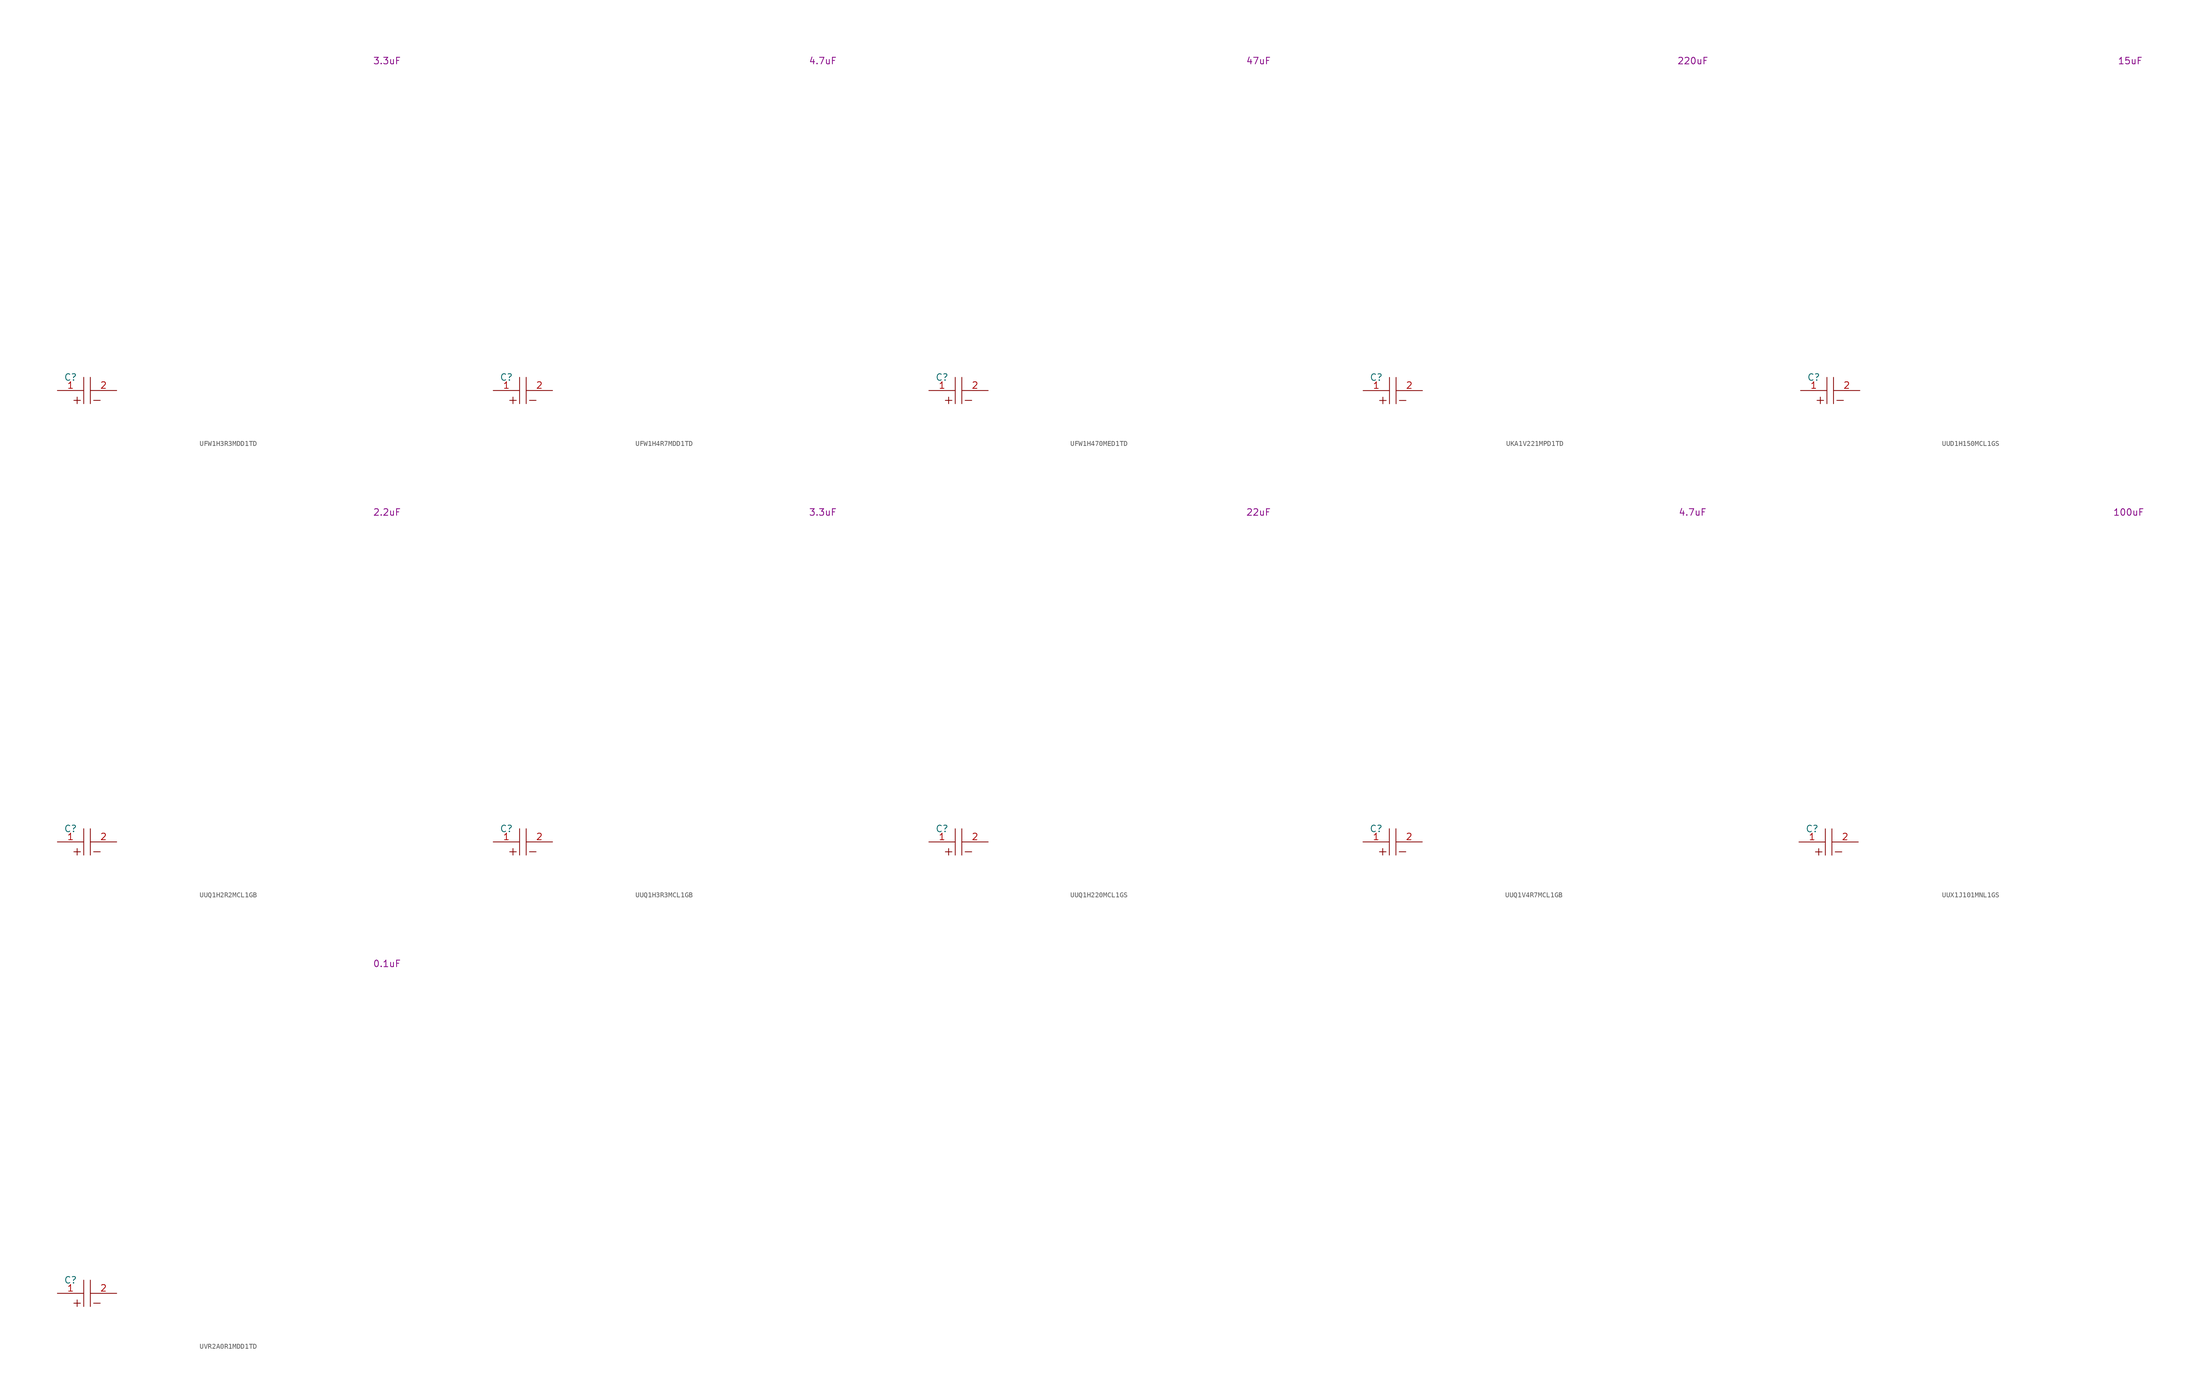
<source format=kicad_sym>
(kicad_symbol_lib
  (version 20241209)
  (generator "kicad_symbol_editor")
  (generator_version "9.0")
  (symbol "UFW1H3R3MDD1TD"
    (pin_names
      (offset 1.016))
    (property "Reference" "C"
      (at -2.54 2.54 0)
      (effects (font (size 1.27 1.27))))
    (property "_Value_" "3.3uF"
      (at 58.42 63.5 0)
      (effects (font (size 1.27 1.27))))
    (symbol "UFW1H3R3MDD1TD_0_1"
      (polyline (pts (xy -1.27 -1.27) (xy -1.27 -2.54)) (stroke (width 0) (type solid)) (fill (type none)))
      (polyline (pts (xy -0.635 -1.905) (xy -1.905 -1.905)) (stroke (width 0) (type solid)) (fill (type none)))
      (polyline (pts (xy 1.905 -1.905) (xy 3.175 -1.905)) (stroke (width 0) (type solid)) (fill (type none))))
    (symbol "UFW1H3R3MDD1TD_1_1"
      (polyline (pts (xy 0 2.54) (xy 0 -2.54)) (stroke (width 0) (type solid)) (fill (type none)))
      (polyline (pts (xy 1.27 2.54) (xy 1.27 -2.54)) (stroke (width 0) (type solid)) (fill (type none)))
      (pin input line (at -5.08 0 0) (length 5.08) (name "~" (effects (font (size 1.27 1.27)))) (number "1" (effects (font (size 1.27 1.27)))))
      (pin input line (at 6.35 0 180) (length 5.08) (name "~" (effects (font (size 1.27 1.27)))) (number "2" (effects (font (size 1.27 1.27)))))))
  (symbol "UFW1H4R7MDD1TD"
    (pin_names
      (offset 1.016))
    (property "Reference" "C"
      (at -2.54 2.54 0)
      (effects (font (size 1.27 1.27))))
    (property "_Value_" "4.7uF"
      (at 58.42 63.5 0)
      (effects (font (size 1.27 1.27))))
    (symbol "UFW1H4R7MDD1TD_0_1"
      (polyline (pts (xy -1.27 -1.27) (xy -1.27 -2.54)) (stroke (width 0) (type solid)) (fill (type none)))
      (polyline (pts (xy -0.635 -1.905) (xy -1.905 -1.905)) (stroke (width 0) (type solid)) (fill (type none)))
      (polyline (pts (xy 1.905 -1.905) (xy 3.175 -1.905)) (stroke (width 0) (type solid)) (fill (type none))))
    (symbol "UFW1H4R7MDD1TD_1_1"
      (polyline (pts (xy 0 2.54) (xy 0 -2.54)) (stroke (width 0) (type solid)) (fill (type none)))
      (polyline (pts (xy 1.27 2.54) (xy 1.27 -2.54)) (stroke (width 0) (type solid)) (fill (type none)))
      (pin input line (at -5.08 0 0) (length 5.08) (name "~" (effects (font (size 1.27 1.27)))) (number "1" (effects (font (size 1.27 1.27)))))
      (pin input line (at 6.35 0 180) (length 5.08) (name "~" (effects (font (size 1.27 1.27)))) (number "2" (effects (font (size 1.27 1.27)))))))
  (symbol "UFW1H470MED1TD"
    (pin_names
      (offset 1.016))
    (property "Reference" "C"
      (at -2.54 2.54 0)
      (effects (font (size 1.27 1.27))))
    (property "_Value_" "47uF"
      (at 58.42 63.5 0)
      (effects (font (size 1.27 1.27))))
    (symbol "UFW1H470MED1TD_0_1"
      (polyline (pts (xy -1.27 -1.27) (xy -1.27 -2.54)) (stroke (width 0) (type solid)) (fill (type none)))
      (polyline (pts (xy -0.635 -1.905) (xy -1.905 -1.905)) (stroke (width 0) (type solid)) (fill (type none)))
      (polyline (pts (xy 1.905 -1.905) (xy 3.175 -1.905)) (stroke (width 0) (type solid)) (fill (type none))))
    (symbol "UFW1H470MED1TD_1_1"
      (polyline (pts (xy 0 2.54) (xy 0 -2.54)) (stroke (width 0) (type solid)) (fill (type none)))
      (polyline (pts (xy 1.27 2.54) (xy 1.27 -2.54)) (stroke (width 0) (type solid)) (fill (type none)))
      (pin input line (at -5.08 0 0) (length 5.08) (name "~" (effects (font (size 1.27 1.27)))) (number "1" (effects (font (size 1.27 1.27)))))
      (pin input line (at 6.35 0 180) (length 5.08) (name "~" (effects (font (size 1.27 1.27)))) (number "2" (effects (font (size 1.27 1.27)))))))
  (symbol "UKA1V221MPD1TD"
    (pin_names
      (offset 1.016))
    (property "Reference" "C"
      (at -2.54 2.54 0)
      (effects (font (size 1.27 1.27))))
    (property "_Value_" "220uF"
      (at 58.42 63.5 0)
      (effects (font (size 1.27 1.27))))
    (symbol "UKA1V221MPD1TD_0_1"
      (polyline (pts (xy -1.27 -1.27) (xy -1.27 -2.54)) (stroke (width 0) (type solid)) (fill (type none)))
      (polyline (pts (xy -0.635 -1.905) (xy -1.905 -1.905)) (stroke (width 0) (type solid)) (fill (type none)))
      (polyline (pts (xy 1.905 -1.905) (xy 3.175 -1.905)) (stroke (width 0) (type solid)) (fill (type none))))
    (symbol "UKA1V221MPD1TD_1_1"
      (polyline (pts (xy 0 2.54) (xy 0 -2.54)) (stroke (width 0) (type solid)) (fill (type none)))
      (polyline (pts (xy 1.27 2.54) (xy 1.27 -2.54)) (stroke (width 0) (type solid)) (fill (type none)))
      (pin input line (at -5.08 0 0) (length 5.08) (name "~" (effects (font (size 1.27 1.27)))) (number "1" (effects (font (size 1.27 1.27)))))
      (pin input line (at 6.35 0 180) (length 5.08) (name "~" (effects (font (size 1.27 1.27)))) (number "2" (effects (font (size 1.27 1.27)))))))
  (symbol "UUD1H150MCL1GS"
    (pin_names
      (offset 1.016))
    (property "Reference" "C"
      (at -2.54 2.54 0)
      (effects (font (size 1.27 1.27))))
    (property "_Value_" "15uF"
      (at 58.42 63.5 0)
      (effects (font (size 1.27 1.27))))
    (symbol "UUD1H150MCL1GS_0_1"
      (polyline (pts (xy -1.27 -1.27) (xy -1.27 -2.54)) (stroke (width 0) (type solid)) (fill (type none)))
      (polyline (pts (xy -0.635 -1.905) (xy -1.905 -1.905)) (stroke (width 0) (type solid)) (fill (type none)))
      (polyline (pts (xy 1.905 -1.905) (xy 3.175 -1.905)) (stroke (width 0) (type solid)) (fill (type none))))
    (symbol "UUD1H150MCL1GS_1_1"
      (polyline (pts (xy 0 2.54) (xy 0 -2.54)) (stroke (width 0) (type solid)) (fill (type none)))
      (polyline (pts (xy 1.27 2.54) (xy 1.27 -2.54)) (stroke (width 0) (type solid)) (fill (type none)))
      (pin input line (at -5.08 0 0) (length 5.08) (name "~" (effects (font (size 1.27 1.27)))) (number "1" (effects (font (size 1.27 1.27)))))
      (pin input line (at 6.35 0 180) (length 5.08) (name "~" (effects (font (size 1.27 1.27)))) (number "2" (effects (font (size 1.27 1.27)))))))
  (symbol "UUQ1H2R2MCL1GB"
    (pin_names
      (offset 1.016))
    (property "Reference" "C"
      (at -2.54 2.54 0)
      (effects (font (size 1.27 1.27))))
    (property "_Value_" "2.2uF"
      (at 58.42 63.5 0)
      (effects (font (size 1.27 1.27))))
    (symbol "UUQ1H2R2MCL1GB_0_1"
      (polyline (pts (xy -1.27 -1.27) (xy -1.27 -2.54)) (stroke (width 0) (type solid)) (fill (type none)))
      (polyline (pts (xy -0.635 -1.905) (xy -1.905 -1.905)) (stroke (width 0) (type solid)) (fill (type none)))
      (polyline (pts (xy 1.905 -1.905) (xy 3.175 -1.905)) (stroke (width 0) (type solid)) (fill (type none))))
    (symbol "UUQ1H2R2MCL1GB_1_1"
      (polyline (pts (xy 0 2.54) (xy 0 -2.54)) (stroke (width 0) (type solid)) (fill (type none)))
      (polyline (pts (xy 1.27 2.54) (xy 1.27 -2.54)) (stroke (width 0) (type solid)) (fill (type none)))
      (pin input line (at -5.08 0 0) (length 5.08) (name "~" (effects (font (size 1.27 1.27)))) (number "1" (effects (font (size 1.27 1.27)))))
      (pin input line (at 6.35 0 180) (length 5.08) (name "~" (effects (font (size 1.27 1.27)))) (number "2" (effects (font (size 1.27 1.27)))))))
  (symbol "UUQ1H3R3MCL1GB"
    (pin_names
      (offset 1.016))
    (property "Reference" "C"
      (at -2.54 2.54 0)
      (effects (font (size 1.27 1.27))))
    (property "_Value_" "3.3uF"
      (at 58.42 63.5 0)
      (effects (font (size 1.27 1.27))))
    (symbol "UUQ1H3R3MCL1GB_0_1"
      (polyline (pts (xy -1.27 -1.27) (xy -1.27 -2.54)) (stroke (width 0) (type solid)) (fill (type none)))
      (polyline (pts (xy -0.635 -1.905) (xy -1.905 -1.905)) (stroke (width 0) (type solid)) (fill (type none)))
      (polyline (pts (xy 1.905 -1.905) (xy 3.175 -1.905)) (stroke (width 0) (type solid)) (fill (type none))))
    (symbol "UUQ1H3R3MCL1GB_1_1"
      (polyline (pts (xy 0 2.54) (xy 0 -2.54)) (stroke (width 0) (type solid)) (fill (type none)))
      (polyline (pts (xy 1.27 2.54) (xy 1.27 -2.54)) (stroke (width 0) (type solid)) (fill (type none)))
      (pin input line (at -5.08 0 0) (length 5.08) (name "~" (effects (font (size 1.27 1.27)))) (number "1" (effects (font (size 1.27 1.27)))))
      (pin input line (at 6.35 0 180) (length 5.08) (name "~" (effects (font (size 1.27 1.27)))) (number "2" (effects (font (size 1.27 1.27)))))))
  (symbol "UUQ1H220MCL1GS"
    (pin_names
      (offset 1.016))
    (property "Reference" "C"
      (at -2.54 2.54 0)
      (effects (font (size 1.27 1.27))))
    (property "_Value_" "22uF"
      (at 58.42 63.5 0)
      (effects (font (size 1.27 1.27))))
    (symbol "UUQ1H220MCL1GS_0_1"
      (polyline (pts (xy -1.27 -1.27) (xy -1.27 -2.54)) (stroke (width 0) (type solid)) (fill (type none)))
      (polyline (pts (xy -0.635 -1.905) (xy -1.905 -1.905)) (stroke (width 0) (type solid)) (fill (type none)))
      (polyline (pts (xy 1.905 -1.905) (xy 3.175 -1.905)) (stroke (width 0) (type solid)) (fill (type none))))
    (symbol "UUQ1H220MCL1GS_1_1"
      (polyline (pts (xy 0 2.54) (xy 0 -2.54)) (stroke (width 0) (type solid)) (fill (type none)))
      (polyline (pts (xy 1.27 2.54) (xy 1.27 -2.54)) (stroke (width 0) (type solid)) (fill (type none)))
      (pin input line (at -5.08 0 0) (length 5.08) (name "~" (effects (font (size 1.27 1.27)))) (number "1" (effects (font (size 1.27 1.27)))))
      (pin input line (at 6.35 0 180) (length 5.08) (name "~" (effects (font (size 1.27 1.27)))) (number "2" (effects (font (size 1.27 1.27)))))))
  (symbol "UUQ1V4R7MCL1GB"
    (pin_names
      (offset 1.016))
    (property "Reference" "C"
      (at -2.54 2.54 0)
      (effects (font (size 1.27 1.27))))
    (property "_Value_" "4.7uF"
      (at 58.42 63.5 0)
      (effects (font (size 1.27 1.27))))
    (symbol "UUQ1V4R7MCL1GB_0_1"
      (polyline (pts (xy -1.27 -1.27) (xy -1.27 -2.54)) (stroke (width 0) (type solid)) (fill (type none)))
      (polyline (pts (xy -0.635 -1.905) (xy -1.905 -1.905)) (stroke (width 0) (type solid)) (fill (type none)))
      (polyline (pts (xy 1.905 -1.905) (xy 3.175 -1.905)) (stroke (width 0) (type solid)) (fill (type none))))
    (symbol "UUQ1V4R7MCL1GB_1_1"
      (polyline (pts (xy 0 2.54) (xy 0 -2.54)) (stroke (width 0) (type solid)) (fill (type none)))
      (polyline (pts (xy 1.27 2.54) (xy 1.27 -2.54)) (stroke (width 0) (type solid)) (fill (type none)))
      (pin input line (at -5.08 0 0) (length 5.08) (name "~" (effects (font (size 1.27 1.27)))) (number "1" (effects (font (size 1.27 1.27)))))
      (pin input line (at 6.35 0 180) (length 5.08) (name "~" (effects (font (size 1.27 1.27)))) (number "2" (effects (font (size 1.27 1.27)))))))
  (symbol "UUX1J101MNL1GS"
    (pin_names
      (offset 1.016))
    (property "Reference" "C"
      (at -2.54 2.54 0)
      (effects (font (size 1.27 1.27))))
    (property "_Value_" "100uF"
      (at 58.42 63.5 0)
      (effects (font (size 1.27 1.27))))
    (symbol "UUX1J101MNL1GS_0_1"
      (polyline (pts (xy -1.27 -1.27) (xy -1.27 -2.54)) (stroke (width 0) (type solid)) (fill (type none)))
      (polyline (pts (xy -0.635 -1.905) (xy -1.905 -1.905)) (stroke (width 0) (type solid)) (fill (type none)))
      (polyline (pts (xy 1.905 -1.905) (xy 3.175 -1.905)) (stroke (width 0) (type solid)) (fill (type none))))
    (symbol "UUX1J101MNL1GS_1_1"
      (polyline (pts (xy 0 2.54) (xy 0 -2.54)) (stroke (width 0) (type solid)) (fill (type none)))
      (polyline (pts (xy 1.27 2.54) (xy 1.27 -2.54)) (stroke (width 0) (type solid)) (fill (type none)))
      (pin input line (at -5.08 0 0) (length 5.08) (name "~" (effects (font (size 1.27 1.27)))) (number "1" (effects (font (size 1.27 1.27)))))
      (pin input line (at 6.35 0 180) (length 5.08) (name "~" (effects (font (size 1.27 1.27)))) (number "2" (effects (font (size 1.27 1.27)))))))
  (symbol "UVR2A0R1MDD1TD"
    (pin_names
      (offset 1.016))
    (property "Reference" "C"
      (at -2.54 2.54 0)
      (effects (font (size 1.27 1.27))))
    (property "_Value_" "0.1uF"
      (at 58.42 63.5 0)
      (effects (font (size 1.27 1.27))))
    (symbol "UVR2A0R1MDD1TD_0_1"
      (polyline (pts (xy -1.27 -1.27) (xy -1.27 -2.54)) (stroke (width 0) (type solid)) (fill (type none)))
      (polyline (pts (xy -0.635 -1.905) (xy -1.905 -1.905)) (stroke (width 0) (type solid)) (fill (type none)))
      (polyline (pts (xy 1.905 -1.905) (xy 3.175 -1.905)) (stroke (width 0) (type solid)) (fill (type none))))
    (symbol "UVR2A0R1MDD1TD_1_1"
      (polyline (pts (xy 0 2.54) (xy 0 -2.54)) (stroke (width 0) (type solid)) (fill (type none)))
      (polyline (pts (xy 1.27 2.54) (xy 1.27 -2.54)) (stroke (width 0) (type solid)) (fill (type none)))
      (pin input line (at -5.08 0 0) (length 5.08) (name "~" (effects (font (size 1.27 1.27)))) (number "1" (effects (font (size 1.27 1.27)))))
      (pin input line (at 6.35 0 180) (length 5.08) (name "~" (effects (font (size 1.27 1.27)))) (number "2" (effects (font (size 1.27 1.27))))))))
</source>
